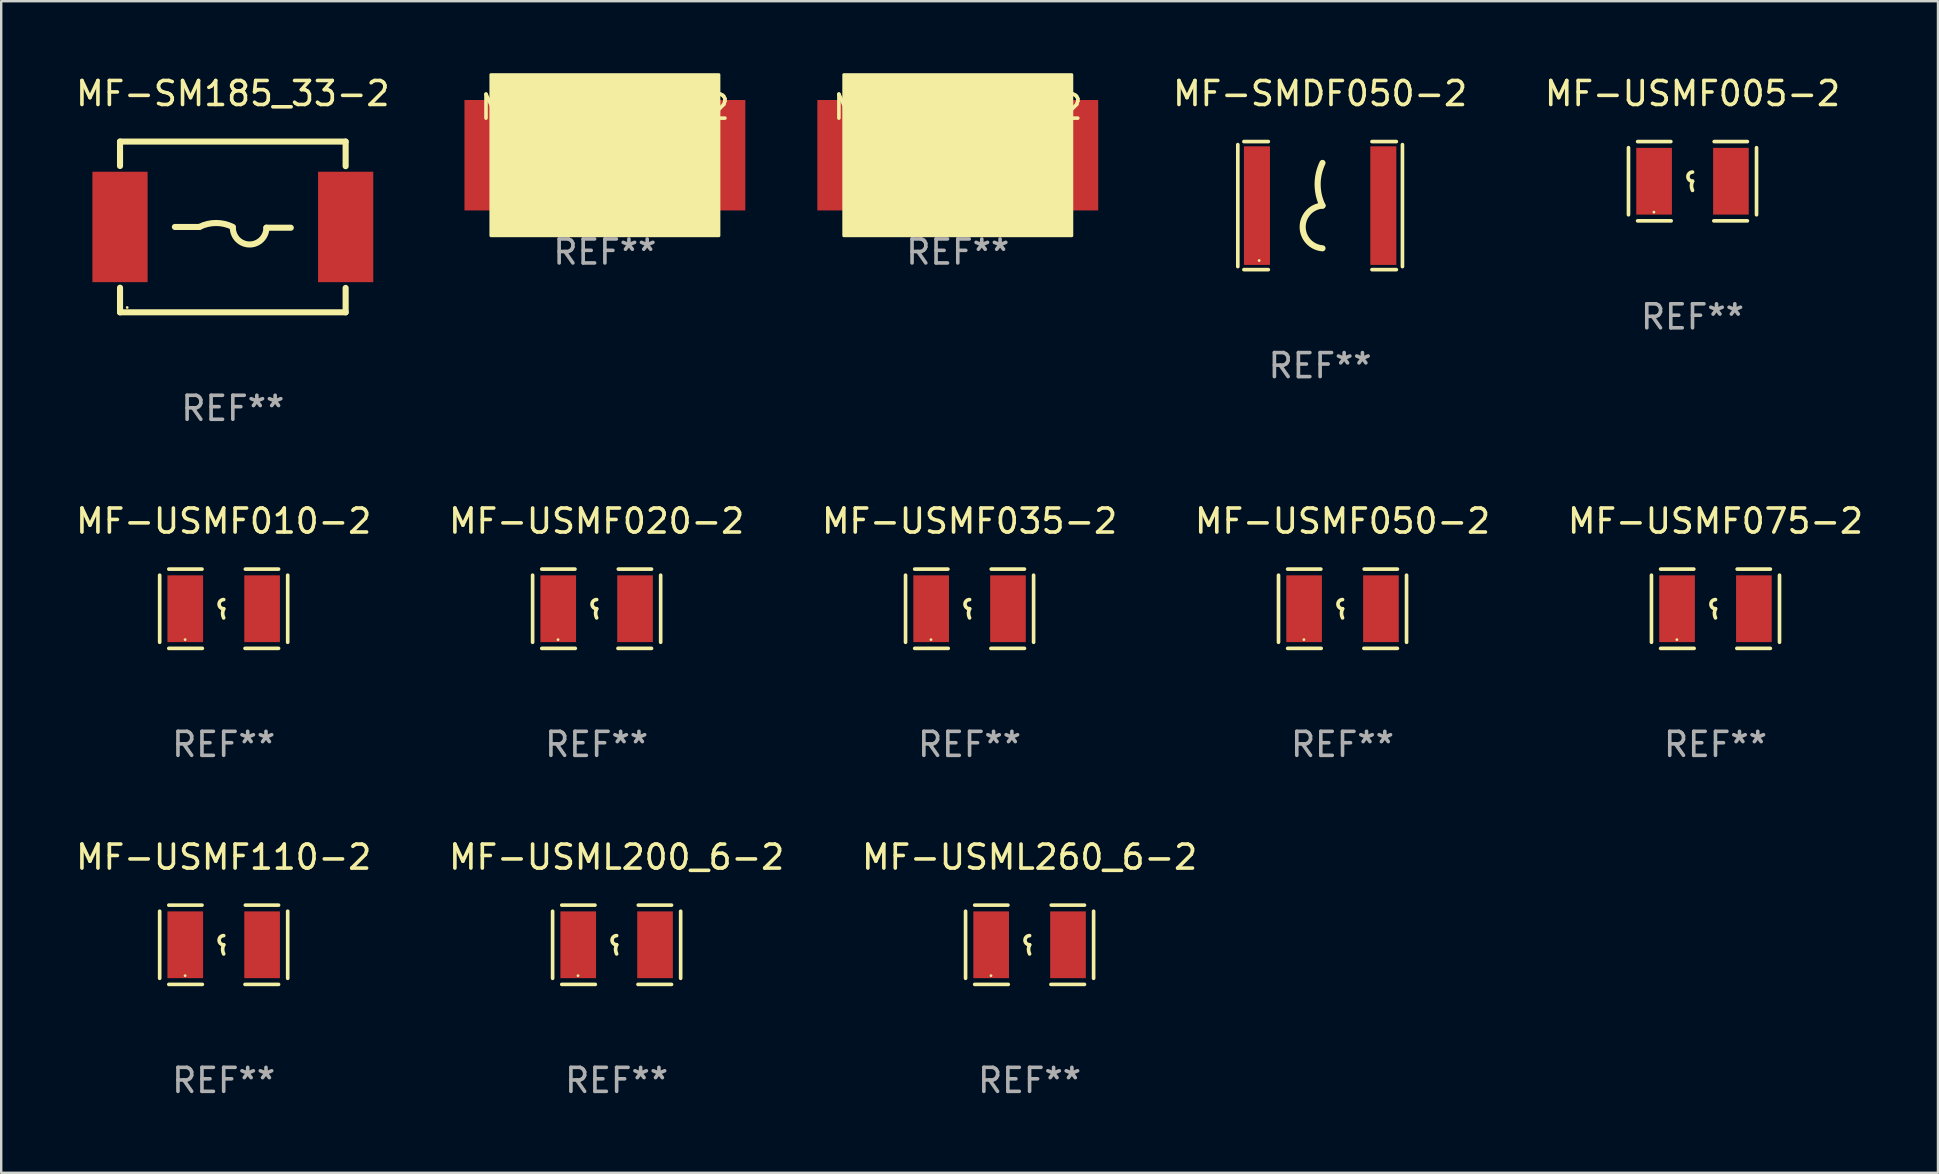
<source format=kicad_pcb>
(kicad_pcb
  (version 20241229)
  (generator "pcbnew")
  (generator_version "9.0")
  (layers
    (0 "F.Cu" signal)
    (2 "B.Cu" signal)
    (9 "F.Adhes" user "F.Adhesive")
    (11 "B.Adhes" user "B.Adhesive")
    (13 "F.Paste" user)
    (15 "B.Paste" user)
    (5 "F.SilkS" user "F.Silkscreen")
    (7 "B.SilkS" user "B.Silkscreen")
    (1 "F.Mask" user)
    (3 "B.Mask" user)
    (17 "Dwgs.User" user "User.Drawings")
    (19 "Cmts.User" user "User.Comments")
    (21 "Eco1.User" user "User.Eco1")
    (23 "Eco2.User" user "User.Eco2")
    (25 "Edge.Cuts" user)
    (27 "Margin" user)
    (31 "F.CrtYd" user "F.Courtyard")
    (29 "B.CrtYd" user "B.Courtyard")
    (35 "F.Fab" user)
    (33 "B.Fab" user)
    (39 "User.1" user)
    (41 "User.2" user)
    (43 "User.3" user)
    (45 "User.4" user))
  (footprint "MF-USMF075-2"
    (layer "F.Cu")
    (at 68.411 22.308)
    (property "Reference" "MF-USMF075-2" (at 0 -3.651 0) (layer "F.SilkS") (effects (font (size 1 1) (thickness 0.15))))
    (attr through_hole)
    (fp_line (start -2.667 -1.397) (end -2.667 1.397) (stroke (width 0.152) (type solid)) (layer "F.SilkS"))
    (fp_line (start -2.286 -1.651) (end -0.903 -1.651) (stroke (width 0.152) (type solid)) (layer "F.SilkS"))
    (fp_line (start -0.889 1.651) (end -2.286 1.651) (stroke (width 0.152) (type solid)) (layer "F.SilkS"))
    (fp_line (start 0.889 1.651) (end 2.286 1.651) (stroke (width 0.152) (type solid)) (layer "F.SilkS"))
    (fp_line (start 2.286 -1.651) (end 0.903 -1.651) (stroke (width 0.152) (type solid)) (layer "F.SilkS"))
    (fp_line (start 2.667 -1.397) (end 2.667 1.397) (stroke (width 0.152) (type solid)) (layer "F.SilkS"))
    (fp_arc (start 0 0) (mid -0.1905 -0.1905) (end 0 -0.381) (stroke (width 0.151994) (type solid)) (layer "F.SilkS"))
    (fp_arc (start 0 0.381001) (mid -0.044971 0.1905) (end 0 0) (stroke (width 0.151994) (type solid)) (layer "F.SilkS"))
    (fp_circle (center -1.608 1.288) (end -1.578 1.288) (stroke (width 0.06) (type solid)) (fill no) (layer "F.SilkS"))
    (fp_text user "REF**" (at 0 5.651 0) (layer "F.Fab") (effects (font (size 1 1) (thickness 0.15))))
    (pad "1" smd rect (at -1.6 0) (size 1.485 2.781) (layers "F.Cu" "F.Mask" "F.Paste"))
    (pad "2" smd rect (at 1.6 0) (size 1.485 2.781) (layers "F.Cu" "F.Mask" "F.Paste")))
  (footprint "MF-SMDF050-2"
    (layer "F.Cu")
    (at 51.942 5.515)
    (property "Reference" "MF-SMDF050-2" (at 0 -4.667 0) (layer "F.SilkS") (effects (font (size 1 1) (thickness 0.15))))
    (attr through_hole)
    (fp_line (start -3.429 2.54) (end -3.429 -2.54) (stroke (width 0.152) (type solid)) (layer "F.SilkS"))
    (fp_line (start -3.175 2.667) (end -2.159 2.667) (stroke (width 0.152) (type solid)) (layer "F.SilkS"))
    (fp_line (start -2.159 -2.667) (end -3.175 -2.667) (stroke (width 0.152) (type solid)) (layer "F.SilkS"))
    (fp_line (start 2.159 2.667) (end 3.175 2.667) (stroke (width 0.152) (type solid)) (layer "F.SilkS"))
    (fp_line (start 3.175 -2.667) (end 2.159 -2.667) (stroke (width 0.152) (type solid)) (layer "F.SilkS"))
    (fp_line (start 3.429 -2.54) (end 3.429 2.54) (stroke (width 0.152) (type solid)) (layer "F.SilkS"))
    (fp_arc (start 0.09873 -0.000001) (mid -0.104416 -0.889002) (end 0.09873 -1.778004) (stroke (width 0.254001) (type solid)) (layer "F.SilkS"))
    (fp_arc (start 0.09873 1.778004) (mid -0.727058 0.889002) (end 0.098731 0) (stroke (width 0.254001) (type solid)) (layer "F.SilkS"))
    (fp_circle (center -2.54 2.288) (end -2.51 2.288) (stroke (width 0.06) (type solid)) (fill no) (layer "F.SilkS"))
    (fp_text user "REF**" (at 0 6.667 0) (layer "F.Fab") (effects (font (size 1 1) (thickness 0.15))))
    (pad "1" smd rect (at -2.632 0) (size 1.084 4.941) (layers "F.Cu" "F.Mask" "F.Paste"))
    (pad "2" smd rect (at 2.632 0) (size 1.084 4.941) (layers "F.Cu" "F.Mask" "F.Paste")))
  (footprint "MF-USMF020-2"
    (layer "F.Cu")
    (at 21.804 22.308)
    (property "Reference" "MF-USMF020-2" (at 0 -3.651 0) (layer "F.SilkS") (effects (font (size 1 1) (thickness 0.15))))
    (attr through_hole)
    (fp_line (start -2.667 -1.397) (end -2.667 1.397) (stroke (width 0.152) (type solid)) (layer "F.SilkS"))
    (fp_line (start -2.286 -1.651) (end -0.903 -1.651) (stroke (width 0.152) (type solid)) (layer "F.SilkS"))
    (fp_line (start -0.889 1.651) (end -2.286 1.651) (stroke (width 0.152) (type solid)) (layer "F.SilkS"))
    (fp_line (start 0.889 1.651) (end 2.286 1.651) (stroke (width 0.152) (type solid)) (layer "F.SilkS"))
    (fp_line (start 2.286 -1.651) (end 0.903 -1.651) (stroke (width 0.152) (type solid)) (layer "F.SilkS"))
    (fp_line (start 2.667 -1.397) (end 2.667 1.397) (stroke (width 0.152) (type solid)) (layer "F.SilkS"))
    (fp_arc (start 0 0) (mid -0.1905 -0.1905) (end 0 -0.381) (stroke (width 0.151994) (type solid)) (layer "F.SilkS"))
    (fp_arc (start 0 0.381001) (mid -0.044971 0.1905) (end 0 0) (stroke (width 0.151994) (type solid)) (layer "F.SilkS"))
    (fp_circle (center -1.608 1.288) (end -1.578 1.288) (stroke (width 0.06) (type solid)) (fill no) (layer "F.SilkS"))
    (fp_text user "REF**" (at 0 5.651 0) (layer "F.Fab") (effects (font (size 1 1) (thickness 0.15))))
    (pad "1" smd rect (at -1.6 0) (size 1.485 2.781) (layers "F.Cu" "F.Mask" "F.Paste"))
    (pad "2" smd rect (at 1.6 0) (size 1.485 2.781) (layers "F.Cu" "F.Mask" "F.Paste")))
  (footprint "MF-USMF035-2"
    (layer "F.Cu")
    (at 37.339 22.308)
    (property "Reference" "MF-USMF035-2" (at 0 -3.651 0) (layer "F.SilkS") (effects (font (size 1 1) (thickness 0.15))))
    (attr through_hole)
    (fp_line (start -2.667 -1.397) (end -2.667 1.397) (stroke (width 0.152) (type solid)) (layer "F.SilkS"))
    (fp_line (start -2.286 -1.651) (end -0.903 -1.651) (stroke (width 0.152) (type solid)) (layer "F.SilkS"))
    (fp_line (start -0.889 1.651) (end -2.286 1.651) (stroke (width 0.152) (type solid)) (layer "F.SilkS"))
    (fp_line (start 0.889 1.651) (end 2.286 1.651) (stroke (width 0.152) (type solid)) (layer "F.SilkS"))
    (fp_line (start 2.286 -1.651) (end 0.903 -1.651) (stroke (width 0.152) (type solid)) (layer "F.SilkS"))
    (fp_line (start 2.667 -1.397) (end 2.667 1.397) (stroke (width 0.152) (type solid)) (layer "F.SilkS"))
    (fp_arc (start 0 0) (mid -0.1905 -0.1905) (end 0 -0.381) (stroke (width 0.151994) (type solid)) (layer "F.SilkS"))
    (fp_arc (start 0 0.381001) (mid -0.044971 0.1905) (end 0 0) (stroke (width 0.151994) (type solid)) (layer "F.SilkS"))
    (fp_circle (center -1.608 1.288) (end -1.578 1.288) (stroke (width 0.06) (type solid)) (fill no) (layer "F.SilkS"))
    (fp_text user "REF**" (at 0 5.651 0) (layer "F.Fab") (effects (font (size 1 1) (thickness 0.15))))
    (pad "1" smd rect (at -1.6 0) (size 1.485 2.781) (layers "F.Cu" "F.Mask" "F.Paste"))
    (pad "2" smd rect (at 1.6 0) (size 1.485 2.781) (layers "F.Cu" "F.Mask" "F.Paste")))
  (footprint "MF-USMF010-2"
    (layer "F.Cu")
    (at 6.268 22.308)
    (property "Reference" "MF-USMF010-2" (at 0 -3.651 0) (layer "F.SilkS") (effects (font (size 1 1) (thickness 0.15))))
    (attr through_hole)
    (fp_line (start -2.667 -1.397) (end -2.667 1.397) (stroke (width 0.152) (type solid)) (layer "F.SilkS"))
    (fp_line (start -2.286 -1.651) (end -0.903 -1.651) (stroke (width 0.152) (type solid)) (layer "F.SilkS"))
    (fp_line (start -0.889 1.651) (end -2.286 1.651) (stroke (width 0.152) (type solid)) (layer "F.SilkS"))
    (fp_line (start 0.889 1.651) (end 2.286 1.651) (stroke (width 0.152) (type solid)) (layer "F.SilkS"))
    (fp_line (start 2.286 -1.651) (end 0.903 -1.651) (stroke (width 0.152) (type solid)) (layer "F.SilkS"))
    (fp_line (start 2.667 -1.397) (end 2.667 1.397) (stroke (width 0.152) (type solid)) (layer "F.SilkS"))
    (fp_arc (start 0 0) (mid -0.1905 -0.1905) (end 0 -0.381) (stroke (width 0.151994) (type solid)) (layer "F.SilkS"))
    (fp_arc (start 0 0.381001) (mid -0.044971 0.1905) (end 0 0) (stroke (width 0.151994) (type solid)) (layer "F.SilkS"))
    (fp_circle (center -1.608 1.288) (end -1.578 1.288) (stroke (width 0.06) (type solid)) (fill no) (layer "F.SilkS"))
    (fp_text user "REF**" (at 0 5.651 0) (layer "F.Fab") (effects (font (size 1 1) (thickness 0.15))))
    (pad "1" smd rect (at -1.6 0) (size 1.485 2.781) (layers "F.Cu" "F.Mask" "F.Paste"))
    (pad "2" smd rect (at 1.6 0) (size 1.485 2.781) (layers "F.Cu" "F.Mask" "F.Paste")))
  (footprint "MF-USMF110-2"
    (layer "F.Cu")
    (at 6.268 36.306)
    (property "Reference" "MF-USMF110-2" (at 0 -3.651 0) (layer "F.SilkS") (effects (font (size 1 1) (thickness 0.15))))
    (attr through_hole)
    (fp_line (start -2.667 -1.397) (end -2.667 1.397) (stroke (width 0.152) (type solid)) (layer "F.SilkS"))
    (fp_line (start -2.286 -1.651) (end -0.903 -1.651) (stroke (width 0.152) (type solid)) (layer "F.SilkS"))
    (fp_line (start -0.889 1.651) (end -2.286 1.651) (stroke (width 0.152) (type solid)) (layer "F.SilkS"))
    (fp_line (start 0.889 1.651) (end 2.286 1.651) (stroke (width 0.152) (type solid)) (layer "F.SilkS"))
    (fp_line (start 2.286 -1.651) (end 0.903 -1.651) (stroke (width 0.152) (type solid)) (layer "F.SilkS"))
    (fp_line (start 2.667 -1.397) (end 2.667 1.397) (stroke (width 0.152) (type solid)) (layer "F.SilkS"))
    (fp_arc (start 0 0) (mid -0.1905 -0.1905) (end 0 -0.381) (stroke (width 0.151994) (type solid)) (layer "F.SilkS"))
    (fp_arc (start 0 0.381001) (mid -0.044971 0.1905) (end 0 0) (stroke (width 0.151994) (type solid)) (layer "F.SilkS"))
    (fp_circle (center -1.608 1.288) (end -1.578 1.288) (stroke (width 0.06) (type solid)) (fill no) (layer "F.SilkS"))
    (fp_text user "REF**" (at 0 5.651 0) (layer "F.Fab") (effects (font (size 1 1) (thickness 0.15))))
    (pad "1" smd rect (at -1.6 0) (size 1.485 2.781) (layers "F.Cu" "F.Mask" "F.Paste"))
    (pad "2" smd rect (at 1.6 0) (size 1.485 2.781) (layers "F.Cu" "F.Mask" "F.Paste")))
  (footprint "MF-SM200-2"
    (layer "F.Cu")
    (at 22.148 3.432)
    (property "Reference" "MF-SM200-2" (at 0 -2.016 0) (layer "F.SilkS") (effects (font (size 1 1) (thickness 0.15))))
    (attr through_hole)
    (fp_line (start -2.413 -0.016) (end -1.397 -0.016) (stroke (width 0.254) (type solid)) (layer "F.SilkS"))
    (fp_line (start 2.414 0.016) (end 1.398 0.016) (stroke (width 0.254) (type solid)) (layer "F.SilkS"))
    (fp_arc (start -1.397003 -0.0159) (mid -0.698502 -0.180794) (end -0.000001 -0.015901) (stroke (width 0.254001) (type solid)) (layer "F.SilkS"))
    (fp_arc (start 1.397536 0.0159) (mid 0.699035 0.714401) (end 0.000534 0.0159) (stroke (width 0.254001) (type solid)) (layer "F.SilkS"))
    (fp_circle (center -4.4 3.334) (end -4.37 3.334) (stroke (width 0.06) (type solid)) (fill no) (layer "F.SilkS"))
    (fp_poly (pts (xy -4.75 -3.372) (xy 4.75 -3.372) (xy 4.75 3.338) (xy -4.75 3.338)) (stroke (width 0.12) (type solid)) (fill yes) (layer "F.SilkS"))
    (fp_text user "REF**" (at 0 4.016 0) (layer "F.Fab") (effects (font (size 1 1) (thickness 0.15))))
    (pad "1" smd rect (at -4.7 -0.016 270) (size 4.6 2.3) (layers "F.Cu" "F.Mask" "F.Paste"))
    (pad "2" smd rect (at 4.7 -0.016 270) (size 4.6 2.3) (layers "F.Cu" "F.Mask" "F.Paste")))
  (footprint "MF-SM185_33-2"
    (layer "F.Cu")
    (at 6.649 6.404)
    (property "Reference" "MF-SM185_33-2" (at 0 -5.556 0) (layer "F.SilkS") (effects (font (size 1 1) (thickness 0.15))))
    (attr through_hole)
    (fp_line (start -4.699 -3.556) (end 4.699 -3.556) (stroke (width 0.254) (type solid)) (layer "F.SilkS"))
    (fp_line (start -4.699 -2.54) (end -4.699 -3.556) (stroke (width 0.254) (type solid)) (layer "F.SilkS"))
    (fp_line (start -4.699 3.556) (end -4.699 2.531) (stroke (width 0.254) (type solid)) (layer "F.SilkS"))
    (fp_line (start -2.413 -0.000025) (end -1.397 -0.000025) (stroke (width 0.254) (type solid)) (layer "F.SilkS"))
    (fp_line (start 2.414 0.032) (end 1.398 0.032) (stroke (width 0.254) (type solid)) (layer "F.SilkS"))
    (fp_line (start 4.699 -3.556) (end 4.699 -2.531) (stroke (width 0.254) (type solid)) (layer "F.SilkS"))
    (fp_line (start 4.699 2.54) (end 4.699 3.556) (stroke (width 0.254) (type solid)) (layer "F.SilkS"))
    (fp_line (start 4.699 3.556) (end -4.699 3.556) (stroke (width 0.254) (type solid)) (layer "F.SilkS"))
    (fp_arc (start -1.397003 0) (mid -0.698501 -0.164894) (end 0 0) (stroke (width 0.254001) (type solid)) (layer "F.SilkS"))
    (fp_arc (start 1.397536 0.031801) (mid 0.699035 0.730302) (end 0.000534 0.031801) (stroke (width 0.254001) (type solid)) (layer "F.SilkS"))
    (fp_circle (center -4.4 3.355) (end -4.37 3.355) (stroke (width 0.06) (type solid)) (fill no) (layer "F.SilkS"))
    (fp_text user "REF**" (at 0 7.556 0) (layer "F.Fab") (effects (font (size 1 1) (thickness 0.15))))
    (pad "1" smd rect (at -4.7 0 270) (size 4.6 2.3) (layers "F.Cu" "F.Mask" "F.Paste"))
    (pad "2" smd rect (at 4.7 0 270) (size 4.6 2.3) (layers "F.Cu" "F.Mask" "F.Paste")))
  (footprint "MF-USML260_6-2"
    (layer "F.Cu")
    (at 39.839 36.306)
    (property "Reference" "MF-USML260_6-2" (at 0 -3.651 0) (layer "F.SilkS") (effects (font (size 1 1) (thickness 0.15))))
    (attr through_hole)
    (fp_line (start -2.667 -1.397) (end -2.667 1.397) (stroke (width 0.152) (type solid)) (layer "F.SilkS"))
    (fp_line (start -2.286 -1.651) (end -0.903 -1.651) (stroke (width 0.152) (type solid)) (layer "F.SilkS"))
    (fp_line (start -0.889 1.651) (end -2.286 1.651) (stroke (width 0.152) (type solid)) (layer "F.SilkS"))
    (fp_line (start 0.889 1.651) (end 2.286 1.651) (stroke (width 0.152) (type solid)) (layer "F.SilkS"))
    (fp_line (start 2.286 -1.651) (end 0.903 -1.651) (stroke (width 0.152) (type solid)) (layer "F.SilkS"))
    (fp_line (start 2.667 -1.397) (end 2.667 1.397) (stroke (width 0.152) (type solid)) (layer "F.SilkS"))
    (fp_arc (start 0 0) (mid -0.1905 -0.1905) (end 0 -0.381) (stroke (width 0.151994) (type solid)) (layer "F.SilkS"))
    (fp_arc (start 0 0.381001) (mid -0.044971 0.1905) (end 0 0) (stroke (width 0.151994) (type solid)) (layer "F.SilkS"))
    (fp_circle (center -1.608 1.288) (end -1.578 1.288) (stroke (width 0.06) (type solid)) (fill no) (layer "F.SilkS"))
    (fp_text user "REF**" (at 0 5.651 0) (layer "F.Fab") (effects (font (size 1 1) (thickness 0.15))))
    (pad "1" smd rect (at -1.6 0) (size 1.485 2.781) (layers "F.Cu" "F.Mask" "F.Paste"))
    (pad "2" smd rect (at 1.6 0) (size 1.485 2.781) (layers "F.Cu" "F.Mask" "F.Paste")))
  (footprint "MF-USMF050-2"
    (layer "F.Cu")
    (at 52.875 22.308)
    (property "Reference" "MF-USMF050-2" (at 0 -3.651 0) (layer "F.SilkS") (effects (font (size 1 1) (thickness 0.15))))
    (attr through_hole)
    (fp_line (start -2.667 -1.397) (end -2.667 1.397) (stroke (width 0.152) (type solid)) (layer "F.SilkS"))
    (fp_line (start -2.286 -1.651) (end -0.903 -1.651) (stroke (width 0.152) (type solid)) (layer "F.SilkS"))
    (fp_line (start -0.889 1.651) (end -2.286 1.651) (stroke (width 0.152) (type solid)) (layer "F.SilkS"))
    (fp_line (start 0.889 1.651) (end 2.286 1.651) (stroke (width 0.152) (type solid)) (layer "F.SilkS"))
    (fp_line (start 2.286 -1.651) (end 0.903 -1.651) (stroke (width 0.152) (type solid)) (layer "F.SilkS"))
    (fp_line (start 2.667 -1.397) (end 2.667 1.397) (stroke (width 0.152) (type solid)) (layer "F.SilkS"))
    (fp_arc (start 0 0) (mid -0.1905 -0.1905) (end 0 -0.381) (stroke (width 0.151994) (type solid)) (layer "F.SilkS"))
    (fp_arc (start 0 0.381001) (mid -0.044971 0.1905) (end 0 0) (stroke (width 0.151994) (type solid)) (layer "F.SilkS"))
    (fp_circle (center -1.608 1.288) (end -1.578 1.288) (stroke (width 0.06) (type solid)) (fill no) (layer "F.SilkS"))
    (fp_text user "REF**" (at 0 5.651 0) (layer "F.Fab") (effects (font (size 1 1) (thickness 0.15))))
    (pad "1" smd rect (at -1.6 0) (size 1.485 2.781) (layers "F.Cu" "F.Mask" "F.Paste"))
    (pad "2" smd rect (at 1.6 0) (size 1.485 2.781) (layers "F.Cu" "F.Mask" "F.Paste")))
  (footprint "MF-USMF005-2"
    (layer "F.Cu")
    (at 67.454 4.499)
    (property "Reference" "MF-USMF005-2" (at 0 -3.651 0) (layer "F.SilkS") (effects (font (size 1 1) (thickness 0.15))))
    (attr through_hole)
    (fp_line (start -2.667 -1.397) (end -2.667 1.397) (stroke (width 0.152) (type solid)) (layer "F.SilkS"))
    (fp_line (start -2.286 -1.651) (end -0.903 -1.651) (stroke (width 0.152) (type solid)) (layer "F.SilkS"))
    (fp_line (start -0.889 1.651) (end -2.286 1.651) (stroke (width 0.152) (type solid)) (layer "F.SilkS"))
    (fp_line (start 0.889 1.651) (end 2.286 1.651) (stroke (width 0.152) (type solid)) (layer "F.SilkS"))
    (fp_line (start 2.286 -1.651) (end 0.903 -1.651) (stroke (width 0.152) (type solid)) (layer "F.SilkS"))
    (fp_line (start 2.667 -1.397) (end 2.667 1.397) (stroke (width 0.152) (type solid)) (layer "F.SilkS"))
    (fp_arc (start 0 0) (mid -0.1905 -0.1905) (end 0 -0.381) (stroke (width 0.151994) (type solid)) (layer "F.SilkS"))
    (fp_arc (start 0 0.381001) (mid -0.044971 0.1905) (end 0 0) (stroke (width 0.151994) (type solid)) (layer "F.SilkS"))
    (fp_circle (center -1.608 1.288) (end -1.578 1.288) (stroke (width 0.06) (type solid)) (fill no) (layer "F.SilkS"))
    (fp_text user "REF**" (at 0 5.651 0) (layer "F.Fab") (effects (font (size 1 1) (thickness 0.15))))
    (pad "1" smd rect (at -1.6 0) (size 1.485 2.781) (layers "F.Cu" "F.Mask" "F.Paste"))
    (pad "2" smd rect (at 1.6 0) (size 1.485 2.781) (layers "F.Cu" "F.Mask" "F.Paste")))
  (footprint "MF-USML200_6-2"
    (layer "F.Cu")
    (at 22.637 36.306)
    (property "Reference" "MF-USML200_6-2" (at 0 -3.651 0) (layer "F.SilkS") (effects (font (size 1 1) (thickness 0.15))))
    (attr through_hole)
    (fp_line (start -2.667 -1.397) (end -2.667 1.397) (stroke (width 0.152) (type solid)) (layer "F.SilkS"))
    (fp_line (start -2.286 -1.651) (end -0.903 -1.651) (stroke (width 0.152) (type solid)) (layer "F.SilkS"))
    (fp_line (start -0.889 1.651) (end -2.286 1.651) (stroke (width 0.152) (type solid)) (layer "F.SilkS"))
    (fp_line (start 0.889 1.651) (end 2.286 1.651) (stroke (width 0.152) (type solid)) (layer "F.SilkS"))
    (fp_line (start 2.286 -1.651) (end 0.903 -1.651) (stroke (width 0.152) (type solid)) (layer "F.SilkS"))
    (fp_line (start 2.667 -1.397) (end 2.667 1.397) (stroke (width 0.152) (type solid)) (layer "F.SilkS"))
    (fp_arc (start 0 0) (mid -0.1905 -0.1905) (end 0 -0.381) (stroke (width 0.151994) (type solid)) (layer "F.SilkS"))
    (fp_arc (start 0 0.381001) (mid -0.044971 0.1905) (end 0 0) (stroke (width 0.151994) (type solid)) (layer "F.SilkS"))
    (fp_circle (center -1.608 1.288) (end -1.578 1.288) (stroke (width 0.06) (type solid)) (fill no) (layer "F.SilkS"))
    (fp_text user "REF**" (at 0 5.651 0) (layer "F.Fab") (effects (font (size 1 1) (thickness 0.15))))
    (pad "1" smd rect (at -1.6 0) (size 1.485 2.781) (layers "F.Cu" "F.Mask" "F.Paste"))
    (pad "2" smd rect (at 1.6 0) (size 1.485 2.781) (layers "F.Cu" "F.Mask" "F.Paste")))
  (footprint "MF-SM250-2"
    (layer "F.Cu")
    (at 36.848 3.432)
    (property "Reference" "MF-SM250-2" (at 0 -2.016 0) (layer "F.SilkS") (effects (font (size 1 1) (thickness 0.15))))
    (attr through_hole)
    (fp_line (start -2.413 -0.016) (end -1.397 -0.016) (stroke (width 0.254) (type solid)) (layer "F.SilkS"))
    (fp_line (start 2.414 0.016) (end 1.398 0.016) (stroke (width 0.254) (type solid)) (layer "F.SilkS"))
    (fp_arc (start -1.397003 -0.0159) (mid -0.698502 -0.180794) (end -0.000001 -0.015901) (stroke (width 0.254001) (type solid)) (layer "F.SilkS"))
    (fp_arc (start 1.397536 0.0159) (mid 0.699035 0.714401) (end 0.000534 0.0159) (stroke (width 0.254001) (type solid)) (layer "F.SilkS"))
    (fp_circle (center -4.4 3.334) (end -4.37 3.334) (stroke (width 0.06) (type solid)) (fill no) (layer "F.SilkS"))
    (fp_poly (pts (xy -4.75 -3.372) (xy 4.75 -3.372) (xy 4.75 3.338) (xy -4.75 3.338)) (stroke (width 0.12) (type solid)) (fill yes) (layer "F.SilkS"))
    (fp_text user "REF**" (at 0 4.016 0) (layer "F.Fab") (effects (font (size 1 1) (thickness 0.15))))
    (pad "1" smd rect (at -4.7 -0.016 270) (size 4.6 2.3) (layers "F.Cu" "F.Mask" "F.Paste"))
    (pad "2" smd rect (at 4.7 -0.016 270) (size 4.6 2.3) (layers "F.Cu" "F.Mask" "F.Paste")))
  (gr_rect
    (start -3 -3)
    (end 77.679 45.806)
    (stroke (width 0.1) (type default))
    (fill no)
    (layer "Edge.Cuts")))
</source>
